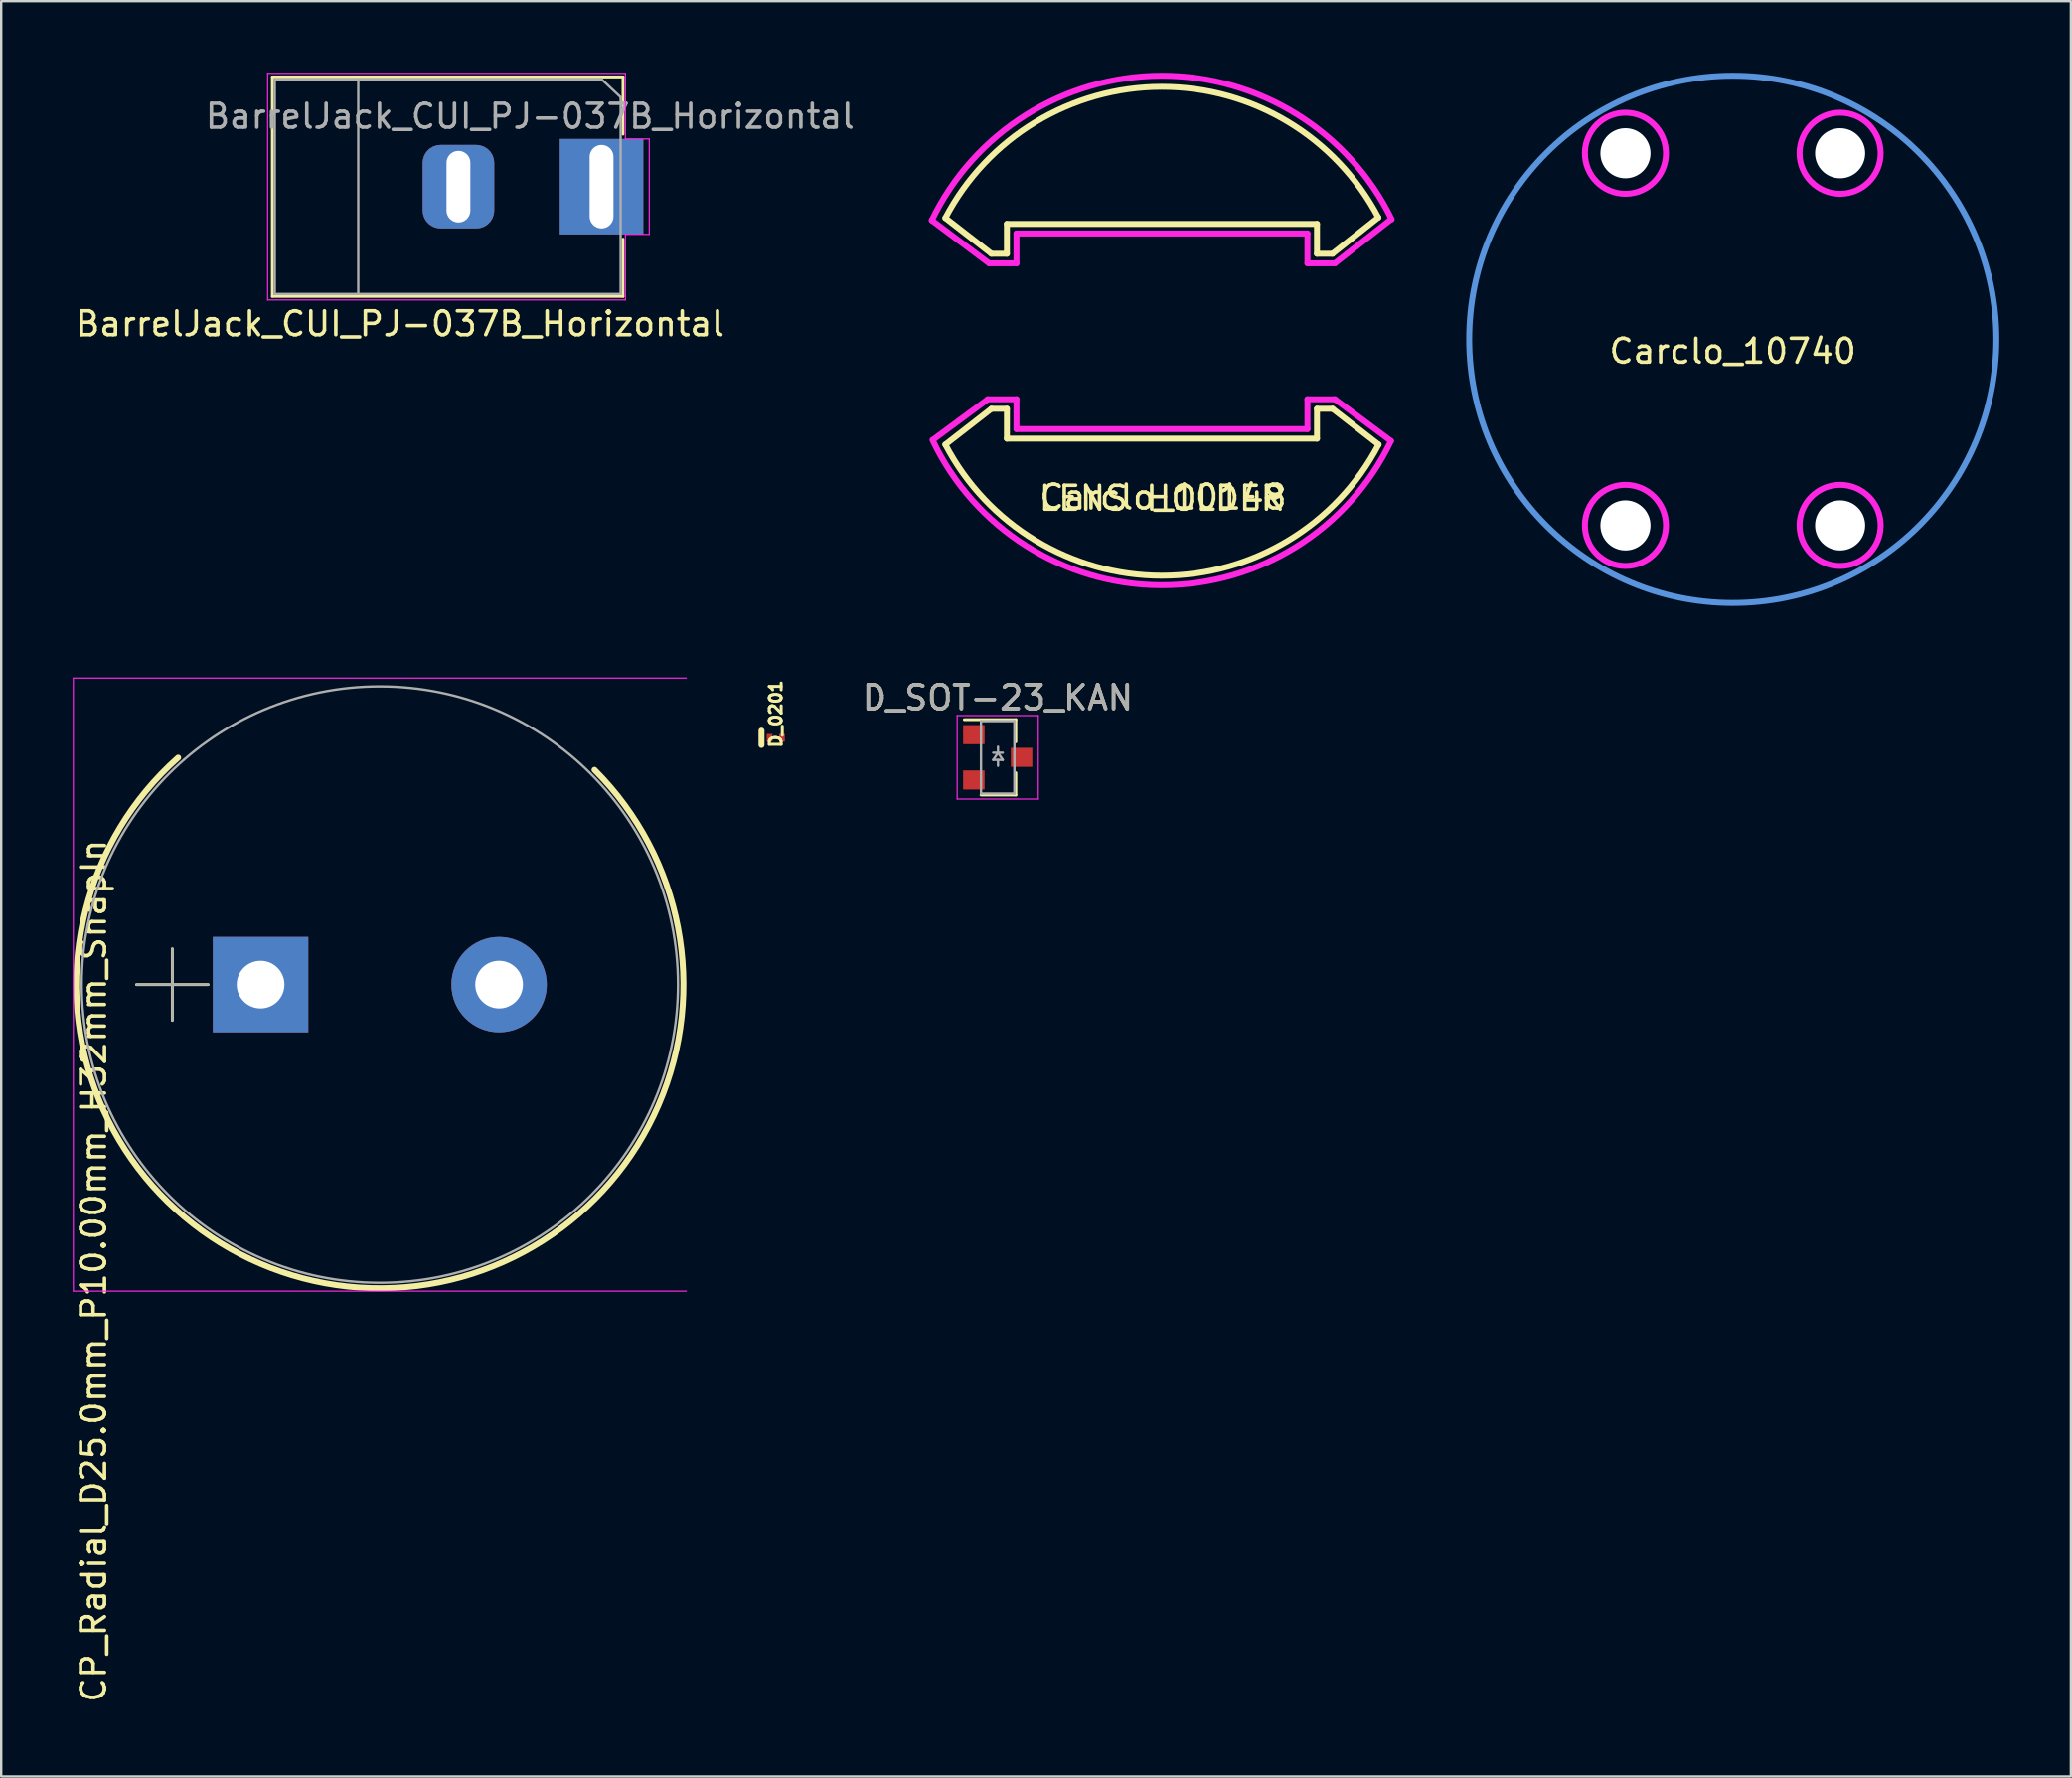
<source format=kicad_pcb>
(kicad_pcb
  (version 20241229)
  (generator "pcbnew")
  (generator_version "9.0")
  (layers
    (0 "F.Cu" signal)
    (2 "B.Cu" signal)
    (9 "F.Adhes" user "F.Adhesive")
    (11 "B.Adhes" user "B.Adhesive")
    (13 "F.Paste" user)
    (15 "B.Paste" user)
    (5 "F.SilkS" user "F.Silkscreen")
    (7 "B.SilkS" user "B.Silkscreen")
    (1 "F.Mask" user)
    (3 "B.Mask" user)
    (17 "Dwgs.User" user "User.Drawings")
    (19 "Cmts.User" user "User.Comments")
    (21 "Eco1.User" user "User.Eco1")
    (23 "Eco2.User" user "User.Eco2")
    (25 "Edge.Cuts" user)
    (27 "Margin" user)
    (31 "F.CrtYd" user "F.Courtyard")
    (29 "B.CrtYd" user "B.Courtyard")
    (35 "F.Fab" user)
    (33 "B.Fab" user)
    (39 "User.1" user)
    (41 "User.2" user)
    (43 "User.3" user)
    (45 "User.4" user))
  (footprint "BarrelJack_CUI_PJ-037B_Horizontal"
    (layer "F.Cu")
    (at 22.17 4.775)
    (property "Reference" "BarrelJack_CUI_PJ-037B_Horizontal" (at -8.45 5.75 0) (layer "F.SilkS") (effects (font (size 1 1) (thickness 0.15))))
    (attr through_hole)
    (fp_line (start -13.8 -4.6) (end 0.9 -4.6) (stroke (width 0.12) (type solid)) (layer "F.SilkS"))
    (fp_line (start -13.8 4.6) (end -13.8 -4.6) (stroke (width 0.12) (type solid)) (layer "F.SilkS"))
    (fp_line (start 0.9 -4.6) (end 0.9 -2.2) (stroke (width 0.12) (type solid)) (layer "F.SilkS"))
    (fp_line (start 0.9 2.2) (end 0.9 4.6) (stroke (width 0.12) (type solid)) (layer "F.SilkS"))
    (fp_line (start 0.9 4.6) (end -13.8 4.6) (stroke (width 0.12) (type solid)) (layer "F.SilkS"))
    (fp_line (start -14 4.75) (end -14 -4.75) (stroke (width 0.05) (type solid)) (layer "F.CrtYd"))
    (fp_line (start 1 -4.75) (end -14 -4.75) (stroke (width 0.05) (type solid)) (layer "F.CrtYd"))
    (fp_line (start 1 -4.5) (end 1 -4.75) (stroke (width 0.05) (type solid)) (layer "F.CrtYd"))
    (fp_line (start 1 -4.5) (end 1 -2) (stroke (width 0.05) (type solid)) (layer "F.CrtYd"))
    (fp_line (start 1 -2) (end 2 -2) (stroke (width 0.05) (type solid)) (layer "F.CrtYd"))
    (fp_line (start 1 2) (end 1 4.75) (stroke (width 0.05) (type solid)) (layer "F.CrtYd"))
    (fp_line (start 1 4.75) (end -14 4.75) (stroke (width 0.05) (type solid)) (layer "F.CrtYd"))
    (fp_line (start 2 -2) (end 2 2) (stroke (width 0.05) (type solid)) (layer "F.CrtYd"))
    (fp_line (start 2 2) (end 1 2) (stroke (width 0.05) (type solid)) (layer "F.CrtYd"))
    (fp_line (start -13.7 -4.5) (end -13.7 4.5) (stroke (width 0.1) (type solid)) (layer "F.Fab"))
    (fp_line (start -13.7 4.5) (end 0.8 4.5) (stroke (width 0.1) (type solid)) (layer "F.Fab"))
    (fp_line (start -10.2 -4.5) (end -10.2 4.5) (stroke (width 0.1) (type solid)) (layer "F.Fab"))
    (fp_line (start -0.003 -4.505) (end 0.8 -3.75) (stroke (width 0.1) (type solid)) (layer "F.Fab"))
    (fp_line (start 0 -4.5) (end -13.7 -4.5) (stroke (width 0.1) (type solid)) (layer "F.Fab"))
    (fp_line (start 0.8 4.5) (end 0.8 -3.75) (stroke (width 0.1) (type solid)) (layer "F.Fab"))
    (fp_text user "${REFERENCE}" (at -3 -2.95 0) (layer "F.Fab") (effects (font (size 1 1) (thickness 0.15))))
    (pad "1" thru_hole rect (at 0 0) (size 3.5 4) (drill oval 1 3.5) (layers "*.Cu" "*.Mask"))
    (pad "2" thru_hole roundrect (at -6 0) (size 3 3.5) (drill oval 1 3) (layers "*.Cu" "*.Mask") (roundrect_rratio 0.25)))
  (footprint "D_0201"
    (layer "F.Cu")
    (at 29.475 27.88)
    (property "Reference" "D_0201" (at 0 -1 90) (layer "F.SilkS") (effects (font (size 0.5 0.5) (thickness 0.125))))
    (attr smd)
    (fp_line (start -0.6 0.3) (end -0.6 -0.3) (stroke (width 0.25) (type solid)) (layer "F.SilkS"))
    (pad "1" smd rect (at -0.26 0) (size 0.24 0.32) (layers "F.Cu" "F.Mask" "F.Paste"))
    (pad "2" smd rect (at 0.26 0) (size 0.24 0.32) (layers "F.Cu" "F.Mask" "F.Paste")))
  (footprint "Carclo_10148"
    (layer "F.Cu")
    (at 45.665 10.837)
    (property "Reference" "Carclo_10148" (at 0.05 6.95 0) (layer "F.SilkS") (effects (font (size 1 1) (thickness 0.15))))
    (attr through_hole)
    (fp_line (start -9.08 -4.75) (end -7.15 -3.25) (stroke (width 0.25) (type solid)) (layer "F.SilkS"))
    (fp_line (start -7.15 -3.25) (end -6.5 -3.25) (stroke (width 0.25) (type solid)) (layer "F.SilkS"))
    (fp_line (start -7.15 3.25) (end -9.08 4.75) (stroke (width 0.25) (type solid)) (layer "F.SilkS"))
    (fp_line (start -7.15 3.25) (end -6.5 3.25) (stroke (width 0.25) (type solid)) (layer "F.SilkS"))
    (fp_line (start -6.5 -4.5) (end 6.5 -4.5) (stroke (width 0.25) (type solid)) (layer "F.SilkS"))
    (fp_line (start -6.5 -3.25) (end -6.5 -4.5) (stroke (width 0.25) (type solid)) (layer "F.SilkS"))
    (fp_line (start -6.5 3.25) (end -6.5 4.5) (stroke (width 0.25) (type solid)) (layer "F.SilkS"))
    (fp_line (start -6.5 4.5) (end 6.5 4.5) (stroke (width 0.25) (type solid)) (layer "F.SilkS"))
    (fp_line (start 6.5 -4.5) (end 6.5 -3.25) (stroke (width 0.25) (type solid)) (layer "F.SilkS"))
    (fp_line (start 6.5 -3.25) (end 7.15 -3.25) (stroke (width 0.25) (type solid)) (layer "F.SilkS"))
    (fp_line (start 6.5 3.25) (end 7.15 3.25) (stroke (width 0.25) (type solid)) (layer "F.SilkS"))
    (fp_line (start 6.5 4.5) (end 6.5 3.25) (stroke (width 0.25) (type solid)) (layer "F.SilkS"))
    (fp_line (start 7.15 3.25) (end 9.08 4.75) (stroke (width 0.25) (type solid)) (layer "F.SilkS"))
    (fp_line (start 9.07 -4.77) (end 7.15 -3.25) (stroke (width 0.25) (type solid)) (layer "F.SilkS"))
    (fp_arc (start -9.08 -4.75) (mid -0.009303 -10.247381) (end 9.071361 -4.766478) (stroke (width 0.25) (type solid)) (layer "F.SilkS"))
    (fp_arc (start 9.08 4.75) (mid 0 10.247385) (end -9.08 4.75) (stroke (width 0.25) (type solid)) (layer "F.SilkS"))
    (fp_line (start -7.3 2.85) (end -9.6 4.55) (stroke (width 0.25) (type solid)) (layer "F.CrtYd"))
    (fp_line (start -7.25 -2.85) (end -9.65 -4.65) (stroke (width 0.25) (type solid)) (layer "F.CrtYd"))
    (fp_line (start -6.1 -4.1) (end 6.1 -4.1) (stroke (width 0.25) (type solid)) (layer "F.CrtYd"))
    (fp_line (start -6.1 -2.85) (end -7.25 -2.85) (stroke (width 0.25) (type solid)) (layer "F.CrtYd"))
    (fp_line (start -6.1 -2.85) (end -6.1 -4.1) (stroke (width 0.25) (type solid)) (layer "F.CrtYd"))
    (fp_line (start -6.1 2.85) (end -7.3 2.85) (stroke (width 0.25) (type solid)) (layer "F.CrtYd"))
    (fp_line (start -6.1 4.1) (end -6.1 2.85) (stroke (width 0.25) (type solid)) (layer "F.CrtYd"))
    (fp_line (start -6.1 4.1) (end 6.1 4.1) (stroke (width 0.25) (type solid)) (layer "F.CrtYd"))
    (fp_line (start 6.1 -4.1) (end 6.1 -2.85) (stroke (width 0.25) (type solid)) (layer "F.CrtYd"))
    (fp_line (start 6.1 -2.85) (end 7.25 -2.85) (stroke (width 0.25) (type solid)) (layer "F.CrtYd"))
    (fp_line (start 6.1 2.85) (end 7.25 2.85) (stroke (width 0.25) (type solid)) (layer "F.CrtYd"))
    (fp_line (start 6.1 4.1) (end 6.1 2.85) (stroke (width 0.25) (type solid)) (layer "F.CrtYd"))
    (fp_line (start 7.25 -2.85) (end 9.55 -4.65) (stroke (width 0.25) (type solid)) (layer "F.CrtYd"))
    (fp_line (start 7.25 2.85) (end 9.6 4.6) (stroke (width 0.25) (type solid)) (layer "F.CrtYd"))
    (fp_arc (start -9.65 -4.65) (mid -0.021889 -10.711887) (end 9.630916 -4.689399) (stroke (width 0.25) (type solid)) (layer "F.CrtYd"))
    (fp_arc (start 9.6 4.6) (mid -0.022591 10.645163) (end -9.619438 4.559213) (stroke (width 0.25) (type solid)) (layer "F.CrtYd"))
    (fp_text user "LENS HOLDER" (at 0 7 0) (layer "F.SilkS") (effects (font (size 1 1) (thickness 0.15)))))
  (footprint "Carclo_10740"
    (layer "F.Cu")
    (at 69.596 11.175)
    (property "Reference" "Carclo_10740" (at 0 0.5 0) (layer "F.SilkS") (effects (font (size 1 1) (thickness 0.15))))
    (attr through_hole)
    (fp_circle (center 0 0) (end 11.05 0) (stroke (width 0.25) (type solid)) (fill no) (layer "Cmts.User"))
    (fp_circle (center -4.5 -7.8) (end -6.2 -7.8) (stroke (width 0.25) (type solid)) (fill no) (layer "F.CrtYd"))
    (fp_circle (center -4.5 7.8) (end -6.2 7.8) (stroke (width 0.25) (type solid)) (fill no) (layer "F.CrtYd"))
    (fp_circle (center 4.5 -7.8) (end 6.2 -7.8) (stroke (width 0.25) (type solid)) (fill no) (layer "F.CrtYd"))
    (fp_circle (center 4.5 7.8) (end 6.2 7.8) (stroke (width 0.25) (type solid)) (fill no) (layer "F.CrtYd"))
    (pad "" np_thru_hole circle (at -4.5 -7.8) (size 2.1 2.1) (drill 2.1) (layers "*.Cu" "*.Mask"))
    (pad "" np_thru_hole circle (at -4.5 7.8) (size 2.1 2.1) (drill 2.1) (layers "*.Cu" "*.Mask"))
    (pad "" np_thru_hole circle (at 4.5 -7.8 90) (size 2.1 2.1) (drill 2.1) (layers "*.Cu" "*.Mask"))
    (pad "" np_thru_hole circle (at 4.5 7.8) (size 2.1 2.1) (drill 2.1) (layers "*.Cu" "*.Mask")))
  (footprint "CP_Radial_D25.0mm_P10.00mm_H32mm_SnapIn"
    (layer "F.Cu")
    (at 7.875 38.225)
    (property "Reference" "CP_Radial_D25.0mm_P10.00mm_H32mm_SnapIn" (at -7 12 90) (layer "F.SilkS") (effects (font (size 1 1) (thickness 0.15))))
    (attr through_hole)
    (fp_line (start -5.2 0) (end -2.2 0) (stroke (width 0.12) (type solid)) (layer "F.SilkS"))
    (fp_line (start -3.7 -1.5) (end -3.7 1.5) (stroke (width 0.12) (type solid)) (layer "F.SilkS"))
    (fp_arc (start 14 -9) (mid 4.626134 12.72243) (end -3.455971 -9.512968) (stroke (width 0.25) (type solid)) (layer "F.SilkS"))
    (fp_line (start -7.85 -12.85) (end -7.85 12.85) (stroke (width 0.05) (type solid)) (layer "F.CrtYd"))
    (fp_line (start -7.85 12.85) (end 17.85 12.85) (stroke (width 0.05) (type solid)) (layer "F.CrtYd"))
    (fp_line (start 17.85 -12.85) (end -7.85 -12.85) (stroke (width 0.05) (type solid)) (layer "F.CrtYd"))
    (fp_line (start -5.2 0) (end -2.2 0) (stroke (width 0.1) (type solid)) (layer "F.Fab"))
    (fp_line (start -3.7 -1.5) (end -3.7 1.5) (stroke (width 0.1) (type solid)) (layer "F.Fab"))
    (fp_circle (center 5 0) (end 17.5 0) (stroke (width 0.1) (type solid)) (fill no) (layer "F.Fab"))
    (pad "1" thru_hole rect (at 0 0) (size 4 4) (drill 2) (layers "*.Cu" "*.Mask"))
    (pad "2" thru_hole circle (at 10 0) (size 4 4) (drill 2) (layers "*.Cu" "*.Mask")))
  (footprint "D_SOT-23_KAN"
    (layer "F.Cu")
    (at 38.779 28.698)
    (property "Reference" "D_SOT-23_KAN" (at 0 -2.5 0) (layer "F.SilkS") (effects (font (size 1 1) (thickness 0.15))))
    (attr smd)
    (fp_line (start 0.76 -1.58) (end -1.4 -1.58) (stroke (width 0.12) (type solid)) (layer "F.SilkS"))
    (fp_line (start 0.76 -1.58) (end 0.76 -0.65) (stroke (width 0.12) (type solid)) (layer "F.SilkS"))
    (fp_line (start 0.76 1.58) (end -0.7 1.58) (stroke (width 0.12) (type solid)) (layer "F.SilkS"))
    (fp_line (start 0.76 1.58) (end 0.76 0.65) (stroke (width 0.12) (type solid)) (layer "F.SilkS"))
    (fp_line (start -1.7 -1.75) (end 1.7 -1.75) (stroke (width 0.05) (type solid)) (layer "F.CrtYd"))
    (fp_line (start -1.7 1.75) (end -1.7 -1.75) (stroke (width 0.05) (type solid)) (layer "F.CrtYd"))
    (fp_line (start 1.7 -1.75) (end 1.7 1.75) (stroke (width 0.05) (type solid)) (layer "F.CrtYd"))
    (fp_line (start 1.7 1.75) (end -1.7 1.75) (stroke (width 0.05) (type solid)) (layer "F.CrtYd"))
    (fp_line (start -0.7 -1.52) (end -0.7 1.52) (stroke (width 0.1) (type solid)) (layer "F.Fab"))
    (fp_line (start -0.7 -1.52) (end 0.7 -1.52) (stroke (width 0.1) (type solid)) (layer "F.Fab"))
    (fp_line (start -0.7 1.52) (end 0.7 1.52) (stroke (width 0.1) (type solid)) (layer "F.Fab"))
    (fp_line (start -0.188 -0.193) (end 0.212 -0.193) (stroke (width 0.1) (type solid)) (layer "F.Fab"))
    (fp_line (start -0.188 0.107) (end 0.212 0.107) (stroke (width 0.1) (type solid)) (layer "F.Fab"))
    (fp_line (start 0.012 -0.193) (end -0.188 0.107) (stroke (width 0.1) (type solid)) (layer "F.Fab"))
    (fp_line (start 0.012 -0.193) (end 0.012 -0.443) (stroke (width 0.1) (type solid)) (layer "F.Fab"))
    (fp_line (start 0.012 0.107) (end 0.012 0.357) (stroke (width 0.1) (type solid)) (layer "F.Fab"))
    (fp_line (start 0.212 0.107) (end 0.012 -0.193) (stroke (width 0.1) (type solid)) (layer "F.Fab"))
    (fp_line (start 0.7 -1.52) (end 0.7 1.52) (stroke (width 0.1) (type solid)) (layer "F.Fab"))
    (fp_text user "${REFERENCE}" (at 0 -2.5 0) (layer "F.Fab") (effects (font (size 1 1) (thickness 0.15))))
    (pad "" smd rect (at 1 0) (size 0.9 0.8) (layers "F.Cu" "F.Mask" "F.Paste"))
    (pad "1" smd rect (at -1 -0.95) (size 0.9 0.8) (layers "F.Cu" "F.Mask" "F.Paste"))
    (pad "2" smd rect (at -1 0.95) (size 0.9 0.8) (layers "F.Cu" "F.Mask" "F.Paste")))
  (gr_rect
    (start -3 -3)
    (end 83.771 71.421)
    (stroke (width 0.1) (type default))
    (fill no)
    (layer "Edge.Cuts")))
</source>
